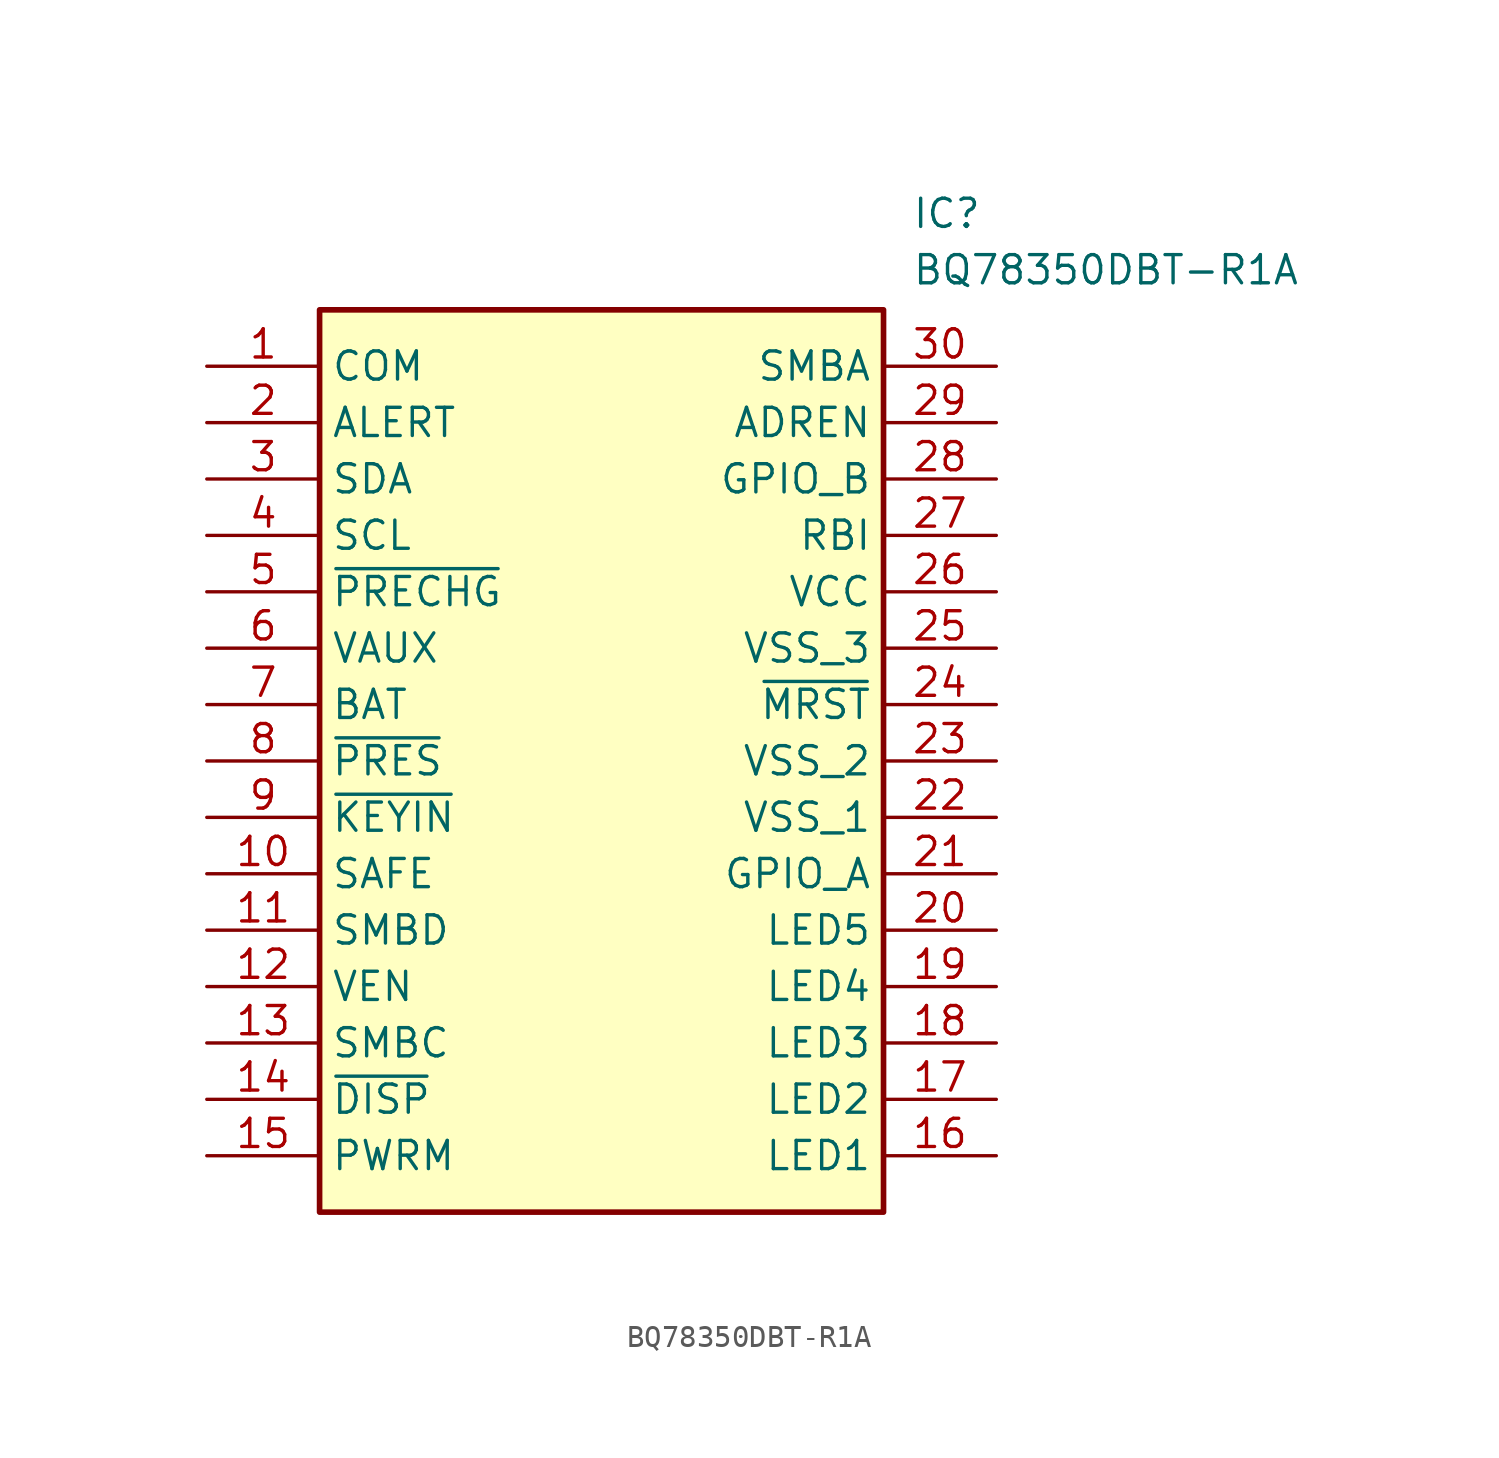
<source format=kicad_sym>
(kicad_symbol_lib
  (version 20211014)
  (generator SamacSys_ECAD_Model)
  (symbol "BQ78350DBT-R1A"
    (property "Reference" "IC"
      (at 31.75 7.62 0)
      (effects (font (size 1.27 1.27)) (justify left top)))
    (property "Value" "BQ78350DBT-R1A"
      (at 31.75 5.08 0)
      (effects (font (size 1.27 1.27)) (justify left top)))
    (rectangle
      (start 5.08 2.54)
      (end 30.48 -38.1)
      (stroke (width 0.254) (type default))
      (fill (type background)))
    (pin passive line
      (at 0 0 0)
      (length 5.08)
      (name "COM" (effects (font (size 1.27 1.27))))
      (number "1" (effects (font (size 1.27 1.27)))))
    (pin passive line
      (at 0 -2.54 0)
      (length 5.08)
      (name "ALERT" (effects (font (size 1.27 1.27))))
      (number "2" (effects (font (size 1.27 1.27)))))
    (pin passive line
      (at 0 -5.08 0)
      (length 5.08)
      (name "SDA" (effects (font (size 1.27 1.27))))
      (number "3" (effects (font (size 1.27 1.27)))))
    (pin passive line
      (at 0 -7.62 0)
      (length 5.08)
      (name "SCL" (effects (font (size 1.27 1.27))))
      (number "4" (effects (font (size 1.27 1.27)))))
    (pin passive line
      (at 0 -10.16 0)
      (length 5.08)
      (name "~{PRECHG}" (effects (font (size 1.27 1.27))))
      (number "5" (effects (font (size 1.27 1.27)))))
    (pin passive line
      (at 0 -12.7 0)
      (length 5.08)
      (name "VAUX" (effects (font (size 1.27 1.27))))
      (number "6" (effects (font (size 1.27 1.27)))))
    (pin passive line
      (at 0 -15.24 0)
      (length 5.08)
      (name "BAT" (effects (font (size 1.27 1.27))))
      (number "7" (effects (font (size 1.27 1.27)))))
    (pin passive line
      (at 0 -17.78 0)
      (length 5.08)
      (name "~{PRES}" (effects (font (size 1.27 1.27))))
      (number "8" (effects (font (size 1.27 1.27)))))
    (pin passive line
      (at 0 -20.32 0)
      (length 5.08)
      (name "~{KEYIN}" (effects (font (size 1.27 1.27))))
      (number "9" (effects (font (size 1.27 1.27)))))
    (pin passive line
      (at 0 -22.86 0)
      (length 5.08)
      (name "SAFE" (effects (font (size 1.27 1.27))))
      (number "10" (effects (font (size 1.27 1.27)))))
    (pin passive line
      (at 0 -25.4 0)
      (length 5.08)
      (name "SMBD" (effects (font (size 1.27 1.27))))
      (number "11" (effects (font (size 1.27 1.27)))))
    (pin passive line
      (at 0 -27.94 0)
      (length 5.08)
      (name "VEN" (effects (font (size 1.27 1.27))))
      (number "12" (effects (font (size 1.27 1.27)))))
    (pin passive line
      (at 0 -30.48 0)
      (length 5.08)
      (name "SMBC" (effects (font (size 1.27 1.27))))
      (number "13" (effects (font (size 1.27 1.27)))))
    (pin passive line
      (at 0 -33.02 0)
      (length 5.08)
      (name "~{DISP}" (effects (font (size 1.27 1.27))))
      (number "14" (effects (font (size 1.27 1.27)))))
    (pin passive line
      (at 0 -35.56 0)
      (length 5.08)
      (name "PWRM" (effects (font (size 1.27 1.27))))
      (number "15" (effects (font (size 1.27 1.27)))))
    (pin passive line
      (at 35.56 0 180)
      (length 5.08)
      (name "SMBA" (effects (font (size 1.27 1.27))))
      (number "30" (effects (font (size 1.27 1.27)))))
    (pin passive line
      (at 35.56 -2.54 180)
      (length 5.08)
      (name "ADREN" (effects (font (size 1.27 1.27))))
      (number "29" (effects (font (size 1.27 1.27)))))
    (pin passive line
      (at 35.56 -5.08 180)
      (length 5.08)
      (name "GPIO_B" (effects (font (size 1.27 1.27))))
      (number "28" (effects (font (size 1.27 1.27)))))
    (pin passive line
      (at 35.56 -7.62 180)
      (length 5.08)
      (name "RBI" (effects (font (size 1.27 1.27))))
      (number "27" (effects (font (size 1.27 1.27)))))
    (pin passive line
      (at 35.56 -10.16 180)
      (length 5.08)
      (name "VCC" (effects (font (size 1.27 1.27))))
      (number "26" (effects (font (size 1.27 1.27)))))
    (pin passive line
      (at 35.56 -12.7 180)
      (length 5.08)
      (name "VSS_3" (effects (font (size 1.27 1.27))))
      (number "25" (effects (font (size 1.27 1.27)))))
    (pin passive line
      (at 35.56 -15.24 180)
      (length 5.08)
      (name "~{MRST}" (effects (font (size 1.27 1.27))))
      (number "24" (effects (font (size 1.27 1.27)))))
    (pin passive line
      (at 35.56 -17.78 180)
      (length 5.08)
      (name "VSS_2" (effects (font (size 1.27 1.27))))
      (number "23" (effects (font (size 1.27 1.27)))))
    (pin passive line
      (at 35.56 -20.32 180)
      (length 5.08)
      (name "VSS_1" (effects (font (size 1.27 1.27))))
      (number "22" (effects (font (size 1.27 1.27)))))
    (pin passive line
      (at 35.56 -22.86 180)
      (length 5.08)
      (name "GPIO_A" (effects (font (size 1.27 1.27))))
      (number "21" (effects (font (size 1.27 1.27)))))
    (pin passive line
      (at 35.56 -25.4 180)
      (length 5.08)
      (name "LED5" (effects (font (size 1.27 1.27))))
      (number "20" (effects (font (size 1.27 1.27)))))
    (pin passive line
      (at 35.56 -27.94 180)
      (length 5.08)
      (name "LED4" (effects (font (size 1.27 1.27))))
      (number "19" (effects (font (size 1.27 1.27)))))
    (pin passive line
      (at 35.56 -30.48 180)
      (length 5.08)
      (name "LED3" (effects (font (size 1.27 1.27))))
      (number "18" (effects (font (size 1.27 1.27)))))
    (pin passive line
      (at 35.56 -33.02 180)
      (length 5.08)
      (name "LED2" (effects (font (size 1.27 1.27))))
      (number "17" (effects (font (size 1.27 1.27)))))
    (pin passive line
      (at 35.56 -35.56 180)
      (length 5.08)
      (name "LED1" (effects (font (size 1.27 1.27))))
      (number "16" (effects (font (size 1.27 1.27)))))))
</source>
